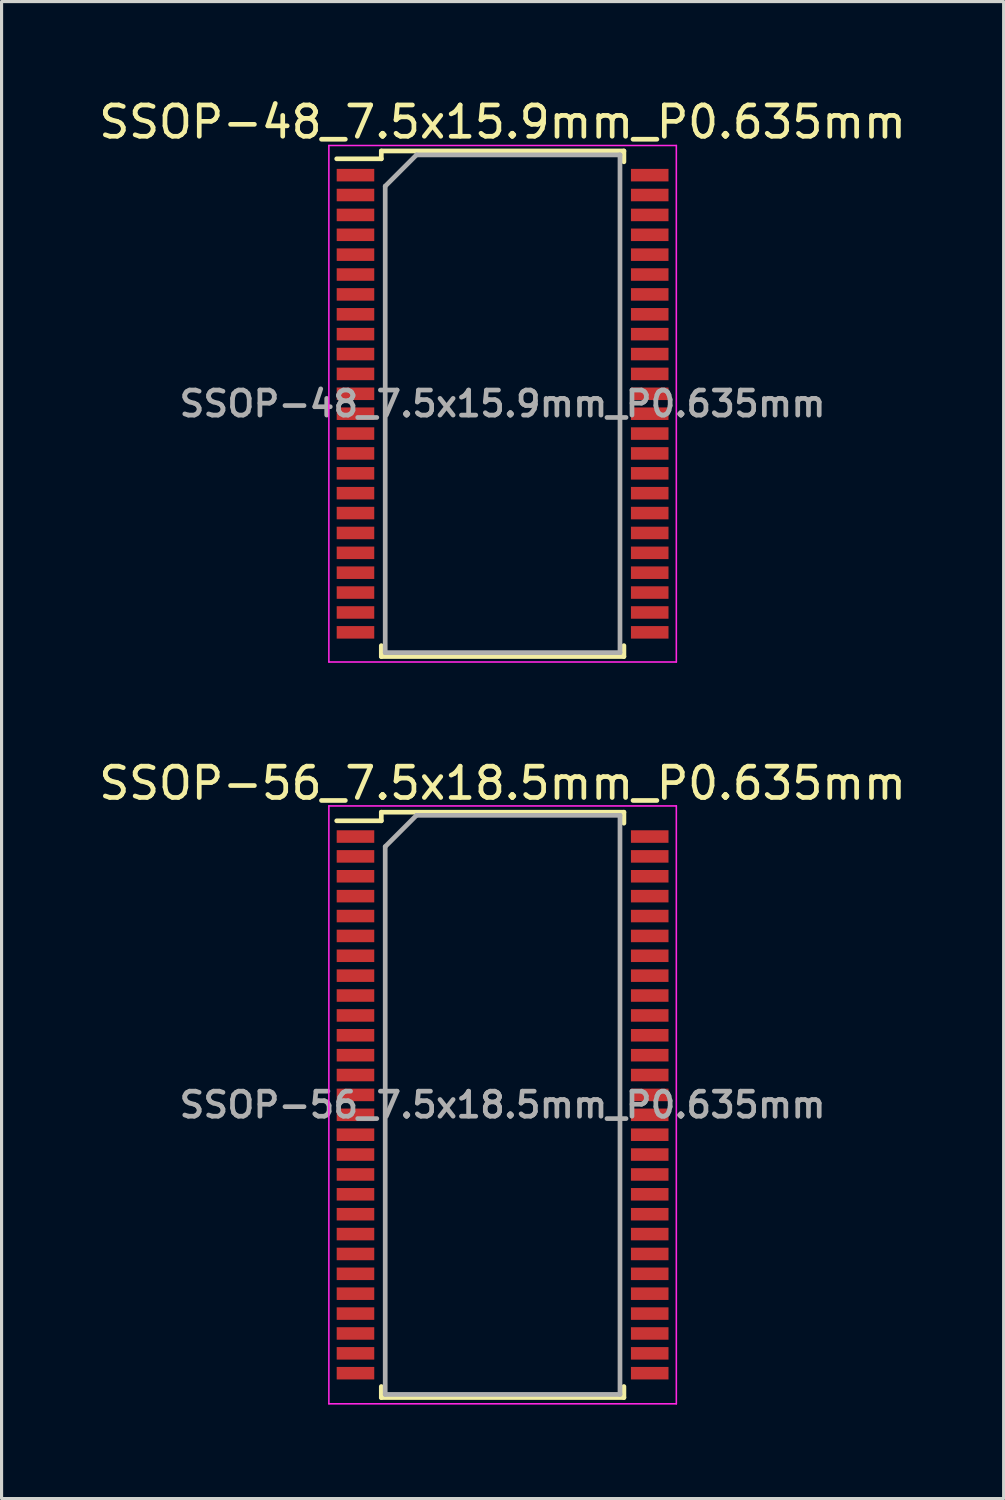
<source format=kicad_pcb>
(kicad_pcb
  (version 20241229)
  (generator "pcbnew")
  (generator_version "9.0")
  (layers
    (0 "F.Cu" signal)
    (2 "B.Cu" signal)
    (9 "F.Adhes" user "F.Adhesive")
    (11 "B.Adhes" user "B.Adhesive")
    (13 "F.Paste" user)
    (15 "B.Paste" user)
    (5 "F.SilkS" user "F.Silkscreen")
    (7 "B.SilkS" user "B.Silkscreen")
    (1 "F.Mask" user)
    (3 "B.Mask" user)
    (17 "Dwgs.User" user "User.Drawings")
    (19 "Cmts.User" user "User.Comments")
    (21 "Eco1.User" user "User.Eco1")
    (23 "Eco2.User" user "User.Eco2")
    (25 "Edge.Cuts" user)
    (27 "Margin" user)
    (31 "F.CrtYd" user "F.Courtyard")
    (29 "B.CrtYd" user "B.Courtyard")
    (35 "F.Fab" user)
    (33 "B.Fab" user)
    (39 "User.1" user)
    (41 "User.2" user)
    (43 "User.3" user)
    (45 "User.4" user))
  (footprint "SSOP-56_7.5x18.5mm_P0.635mm"
    (layer "F.Cu")
    (at 13.006 32.246)
    (property "Reference" "SSOP-56_7.5x18.5mm_P0.635mm" (at 0 -10.275 0) (layer "F.SilkS") (effects (font (size 1 1) (thickness 0.15))))
    (attr smd)
    (fp_line (start -3.875 -9.35) (end -3.875 -9.075) (stroke (width 0.15) (type solid)) (layer "F.SilkS"))
    (fp_line (start -3.875 -9.35) (end 3.875 -9.35) (stroke (width 0.15) (type solid)) (layer "F.SilkS"))
    (fp_line (start -3.875 -9.075) (end -5.3 -9.075) (stroke (width 0.15) (type solid)) (layer "F.SilkS"))
    (fp_line (start -3.875 9.35) (end -3.875 8.998) (stroke (width 0.15) (type solid)) (layer "F.SilkS"))
    (fp_line (start -3.875 9.35) (end 3.875 9.35) (stroke (width 0.15) (type solid)) (layer "F.SilkS"))
    (fp_line (start 3.875 -9.35) (end 3.875 -8.998) (stroke (width 0.15) (type solid)) (layer "F.SilkS"))
    (fp_line (start 3.875 9.35) (end 3.875 8.998) (stroke (width 0.15) (type solid)) (layer "F.SilkS"))
    (fp_line (start -5.55 -9.55) (end -5.55 9.55) (stroke (width 0.05) (type solid)) (layer "F.CrtYd"))
    (fp_line (start -5.55 -9.55) (end 5.55 -9.55) (stroke (width 0.05) (type solid)) (layer "F.CrtYd"))
    (fp_line (start -5.55 9.55) (end 5.55 9.55) (stroke (width 0.05) (type solid)) (layer "F.CrtYd"))
    (fp_line (start 5.55 -9.55) (end 5.55 9.55) (stroke (width 0.05) (type solid)) (layer "F.CrtYd"))
    (fp_line (start -3.75 -8.25) (end -2.75 -9.25) (stroke (width 0.15) (type solid)) (layer "F.Fab"))
    (fp_line (start -3.75 9.25) (end -3.75 -8.25) (stroke (width 0.15) (type solid)) (layer "F.Fab"))
    (fp_line (start -2.75 -9.25) (end 3.75 -9.25) (stroke (width 0.15) (type solid)) (layer "F.Fab"))
    (fp_line (start 3.75 -9.25) (end 3.75 9.25) (stroke (width 0.15) (type solid)) (layer "F.Fab"))
    (fp_line (start 3.75 9.25) (end -3.75 9.25) (stroke (width 0.15) (type solid)) (layer "F.Fab"))
    (fp_text user "${REFERENCE}" (at 0 0 0) (layer "F.Fab") (effects (font (size 0.8 0.8) (thickness 0.15))))
    (pad "1" smd rect (at -4.7 -8.572) (size 1.2 0.4) (layers "F.Cu" "F.Mask" "F.Paste"))
    (pad "2" smd rect (at -4.7 -7.938) (size 1.2 0.4) (layers "F.Cu" "F.Mask" "F.Paste"))
    (pad "3" smd rect (at -4.7 -7.303) (size 1.2 0.4) (layers "F.Cu" "F.Mask" "F.Paste"))
    (pad "4" smd rect (at -4.7 -6.668) (size 1.2 0.4) (layers "F.Cu" "F.Mask" "F.Paste"))
    (pad "5" smd rect (at -4.7 -6.032) (size 1.2 0.4) (layers "F.Cu" "F.Mask" "F.Paste"))
    (pad "6" smd rect (at -4.7 -5.397) (size 1.2 0.4) (layers "F.Cu" "F.Mask" "F.Paste"))
    (pad "7" smd rect (at -4.7 -4.763) (size 1.2 0.4) (layers "F.Cu" "F.Mask" "F.Paste"))
    (pad "8" smd rect (at -4.7 -4.128) (size 1.2 0.4) (layers "F.Cu" "F.Mask" "F.Paste"))
    (pad "9" smd rect (at -4.7 -3.493) (size 1.2 0.4) (layers "F.Cu" "F.Mask" "F.Paste"))
    (pad "10" smd rect (at -4.7 -2.857) (size 1.2 0.4) (layers "F.Cu" "F.Mask" "F.Paste"))
    (pad "11" smd rect (at -4.7 -2.223) (size 1.2 0.4) (layers "F.Cu" "F.Mask" "F.Paste"))
    (pad "12" smd rect (at -4.7 -1.587) (size 1.2 0.4) (layers "F.Cu" "F.Mask" "F.Paste"))
    (pad "13" smd rect (at -4.7 -0.953) (size 1.2 0.4) (layers "F.Cu" "F.Mask" "F.Paste"))
    (pad "14" smd rect (at -4.7 -0.318) (size 1.2 0.4) (layers "F.Cu" "F.Mask" "F.Paste"))
    (pad "15" smd rect (at -4.7 0.318) (size 1.2 0.4) (layers "F.Cu" "F.Mask" "F.Paste"))
    (pad "16" smd rect (at -4.7 0.953) (size 1.2 0.4) (layers "F.Cu" "F.Mask" "F.Paste"))
    (pad "17" smd rect (at -4.7 1.587) (size 1.2 0.4) (layers "F.Cu" "F.Mask" "F.Paste"))
    (pad "18" smd rect (at -4.7 2.223) (size 1.2 0.4) (layers "F.Cu" "F.Mask" "F.Paste"))
    (pad "19" smd rect (at -4.7 2.857) (size 1.2 0.4) (layers "F.Cu" "F.Mask" "F.Paste"))
    (pad "20" smd rect (at -4.7 3.493) (size 1.2 0.4) (layers "F.Cu" "F.Mask" "F.Paste"))
    (pad "21" smd rect (at -4.7 4.128) (size 1.2 0.4) (layers "F.Cu" "F.Mask" "F.Paste"))
    (pad "22" smd rect (at -4.7 4.763) (size 1.2 0.4) (layers "F.Cu" "F.Mask" "F.Paste"))
    (pad "23" smd rect (at -4.7 5.397) (size 1.2 0.4) (layers "F.Cu" "F.Mask" "F.Paste"))
    (pad "24" smd rect (at -4.7 6.032) (size 1.2 0.4) (layers "F.Cu" "F.Mask" "F.Paste"))
    (pad "25" smd rect (at -4.7 6.668) (size 1.2 0.4) (layers "F.Cu" "F.Mask" "F.Paste"))
    (pad "26" smd rect (at -4.7 7.303) (size 1.2 0.4) (layers "F.Cu" "F.Mask" "F.Paste"))
    (pad "27" smd rect (at -4.7 7.938) (size 1.2 0.4) (layers "F.Cu" "F.Mask" "F.Paste"))
    (pad "28" smd rect (at -4.7 8.572) (size 1.2 0.4) (layers "F.Cu" "F.Mask" "F.Paste"))
    (pad "29" smd rect (at 4.7 8.572) (size 1.2 0.4) (layers "F.Cu" "F.Mask" "F.Paste"))
    (pad "30" smd rect (at 4.7 7.938) (size 1.2 0.4) (layers "F.Cu" "F.Mask" "F.Paste"))
    (pad "31" smd rect (at 4.7 7.303) (size 1.2 0.4) (layers "F.Cu" "F.Mask" "F.Paste"))
    (pad "32" smd rect (at 4.7 6.668) (size 1.2 0.4) (layers "F.Cu" "F.Mask" "F.Paste"))
    (pad "33" smd rect (at 4.7 6.032) (size 1.2 0.4) (layers "F.Cu" "F.Mask" "F.Paste"))
    (pad "34" smd rect (at 4.7 5.397) (size 1.2 0.4) (layers "F.Cu" "F.Mask" "F.Paste"))
    (pad "35" smd rect (at 4.7 4.763) (size 1.2 0.4) (layers "F.Cu" "F.Mask" "F.Paste"))
    (pad "36" smd rect (at 4.7 4.128) (size 1.2 0.4) (layers "F.Cu" "F.Mask" "F.Paste"))
    (pad "37" smd rect (at 4.7 3.493) (size 1.2 0.4) (layers "F.Cu" "F.Mask" "F.Paste"))
    (pad "38" smd rect (at 4.7 2.857) (size 1.2 0.4) (layers "F.Cu" "F.Mask" "F.Paste"))
    (pad "39" smd rect (at 4.7 2.223) (size 1.2 0.4) (layers "F.Cu" "F.Mask" "F.Paste"))
    (pad "40" smd rect (at 4.7 1.587) (size 1.2 0.4) (layers "F.Cu" "F.Mask" "F.Paste"))
    (pad "41" smd rect (at 4.7 0.953) (size 1.2 0.4) (layers "F.Cu" "F.Mask" "F.Paste"))
    (pad "42" smd rect (at 4.7 0.318) (size 1.2 0.4) (layers "F.Cu" "F.Mask" "F.Paste"))
    (pad "43" smd rect (at 4.7 -0.318) (size 1.2 0.4) (layers "F.Cu" "F.Mask" "F.Paste"))
    (pad "44" smd rect (at 4.7 -0.953) (size 1.2 0.4) (layers "F.Cu" "F.Mask" "F.Paste"))
    (pad "45" smd rect (at 4.7 -1.587) (size 1.2 0.4) (layers "F.Cu" "F.Mask" "F.Paste"))
    (pad "46" smd rect (at 4.7 -2.223) (size 1.2 0.4) (layers "F.Cu" "F.Mask" "F.Paste"))
    (pad "47" smd rect (at 4.7 -2.857) (size 1.2 0.4) (layers "F.Cu" "F.Mask" "F.Paste"))
    (pad "48" smd rect (at 4.7 -3.493) (size 1.2 0.4) (layers "F.Cu" "F.Mask" "F.Paste"))
    (pad "49" smd rect (at 4.7 -4.128) (size 1.2 0.4) (layers "F.Cu" "F.Mask" "F.Paste"))
    (pad "50" smd rect (at 4.7 -4.763) (size 1.2 0.4) (layers "F.Cu" "F.Mask" "F.Paste"))
    (pad "51" smd rect (at 4.7 -5.397) (size 1.2 0.4) (layers "F.Cu" "F.Mask" "F.Paste"))
    (pad "52" smd rect (at 4.7 -6.032) (size 1.2 0.4) (layers "F.Cu" "F.Mask" "F.Paste"))
    (pad "53" smd rect (at 4.7 -6.668) (size 1.2 0.4) (layers "F.Cu" "F.Mask" "F.Paste"))
    (pad "54" smd rect (at 4.7 -7.303) (size 1.2 0.4) (layers "F.Cu" "F.Mask" "F.Paste"))
    (pad "55" smd rect (at 4.7 -7.938) (size 1.2 0.4) (layers "F.Cu" "F.Mask" "F.Paste"))
    (pad "56" smd rect (at 4.7 -8.572) (size 1.2 0.4) (layers "F.Cu" "F.Mask" "F.Paste")))
  (footprint "SSOP-48_7.5x15.9mm_P0.635mm"
    (layer "F.Cu")
    (at 13.006 9.848)
    (property "Reference" "SSOP-48_7.5x15.9mm_P0.635mm" (at 0 -9 0) (layer "F.SilkS") (effects (font (size 1 1) (thickness 0.15))))
    (attr smd)
    (fp_line (start -3.875 -8.075) (end -3.875 -7.825) (stroke (width 0.15) (type solid)) (layer "F.SilkS"))
    (fp_line (start -3.875 -8.075) (end 3.875 -8.075) (stroke (width 0.15) (type solid)) (layer "F.SilkS"))
    (fp_line (start -3.875 -7.825) (end -5.3 -7.825) (stroke (width 0.15) (type solid)) (layer "F.SilkS"))
    (fp_line (start -3.875 8.075) (end -3.875 7.728) (stroke (width 0.15) (type solid)) (layer "F.SilkS"))
    (fp_line (start -3.875 8.075) (end 3.875 8.075) (stroke (width 0.15) (type solid)) (layer "F.SilkS"))
    (fp_line (start 3.875 -8.075) (end 3.875 -7.728) (stroke (width 0.15) (type solid)) (layer "F.SilkS"))
    (fp_line (start 3.875 8.075) (end 3.875 7.728) (stroke (width 0.15) (type solid)) (layer "F.SilkS"))
    (fp_line (start -5.55 -8.25) (end -5.55 8.25) (stroke (width 0.05) (type solid)) (layer "F.CrtYd"))
    (fp_line (start -5.55 -8.25) (end 5.55 -8.25) (stroke (width 0.05) (type solid)) (layer "F.CrtYd"))
    (fp_line (start -5.55 8.25) (end 5.55 8.25) (stroke (width 0.05) (type solid)) (layer "F.CrtYd"))
    (fp_line (start 5.55 -8.25) (end 5.55 8.25) (stroke (width 0.05) (type solid)) (layer "F.CrtYd"))
    (fp_line (start -3.75 -6.95) (end -2.75 -7.95) (stroke (width 0.15) (type solid)) (layer "F.Fab"))
    (fp_line (start -3.75 7.95) (end -3.75 -6.95) (stroke (width 0.15) (type solid)) (layer "F.Fab"))
    (fp_line (start -2.75 -7.95) (end 3.75 -7.95) (stroke (width 0.15) (type solid)) (layer "F.Fab"))
    (fp_line (start 3.75 -7.95) (end 3.75 7.95) (stroke (width 0.15) (type solid)) (layer "F.Fab"))
    (fp_line (start 3.75 7.95) (end -3.75 7.95) (stroke (width 0.15) (type solid)) (layer "F.Fab"))
    (fp_text user "${REFERENCE}" (at 0 0 0) (layer "F.Fab") (effects (font (size 0.8 0.8) (thickness 0.15))))
    (pad "1" smd rect (at -4.7 -7.303) (size 1.2 0.4) (layers "F.Cu" "F.Mask" "F.Paste"))
    (pad "2" smd rect (at -4.7 -6.668) (size 1.2 0.4) (layers "F.Cu" "F.Mask" "F.Paste"))
    (pad "3" smd rect (at -4.7 -6.032) (size 1.2 0.4) (layers "F.Cu" "F.Mask" "F.Paste"))
    (pad "4" smd rect (at -4.7 -5.397) (size 1.2 0.4) (layers "F.Cu" "F.Mask" "F.Paste"))
    (pad "5" smd rect (at -4.7 -4.763) (size 1.2 0.4) (layers "F.Cu" "F.Mask" "F.Paste"))
    (pad "6" smd rect (at -4.7 -4.128) (size 1.2 0.4) (layers "F.Cu" "F.Mask" "F.Paste"))
    (pad "7" smd rect (at -4.7 -3.493) (size 1.2 0.4) (layers "F.Cu" "F.Mask" "F.Paste"))
    (pad "8" smd rect (at -4.7 -2.857) (size 1.2 0.4) (layers "F.Cu" "F.Mask" "F.Paste"))
    (pad "9" smd rect (at -4.7 -2.223) (size 1.2 0.4) (layers "F.Cu" "F.Mask" "F.Paste"))
    (pad "10" smd rect (at -4.7 -1.587) (size 1.2 0.4) (layers "F.Cu" "F.Mask" "F.Paste"))
    (pad "11" smd rect (at -4.7 -0.953) (size 1.2 0.4) (layers "F.Cu" "F.Mask" "F.Paste"))
    (pad "12" smd rect (at -4.7 -0.318) (size 1.2 0.4) (layers "F.Cu" "F.Mask" "F.Paste"))
    (pad "13" smd rect (at -4.7 0.318) (size 1.2 0.4) (layers "F.Cu" "F.Mask" "F.Paste"))
    (pad "14" smd rect (at -4.7 0.953) (size 1.2 0.4) (layers "F.Cu" "F.Mask" "F.Paste"))
    (pad "15" smd rect (at -4.7 1.587) (size 1.2 0.4) (layers "F.Cu" "F.Mask" "F.Paste"))
    (pad "16" smd rect (at -4.7 2.223) (size 1.2 0.4) (layers "F.Cu" "F.Mask" "F.Paste"))
    (pad "17" smd rect (at -4.7 2.857) (size 1.2 0.4) (layers "F.Cu" "F.Mask" "F.Paste"))
    (pad "18" smd rect (at -4.7 3.493) (size 1.2 0.4) (layers "F.Cu" "F.Mask" "F.Paste"))
    (pad "19" smd rect (at -4.7 4.128) (size 1.2 0.4) (layers "F.Cu" "F.Mask" "F.Paste"))
    (pad "20" smd rect (at -4.7 4.763) (size 1.2 0.4) (layers "F.Cu" "F.Mask" "F.Paste"))
    (pad "21" smd rect (at -4.7 5.397) (size 1.2 0.4) (layers "F.Cu" "F.Mask" "F.Paste"))
    (pad "22" smd rect (at -4.7 6.032) (size 1.2 0.4) (layers "F.Cu" "F.Mask" "F.Paste"))
    (pad "23" smd rect (at -4.7 6.668) (size 1.2 0.4) (layers "F.Cu" "F.Mask" "F.Paste"))
    (pad "24" smd rect (at -4.7 7.303) (size 1.2 0.4) (layers "F.Cu" "F.Mask" "F.Paste"))
    (pad "25" smd rect (at 4.7 7.303) (size 1.2 0.4) (layers "F.Cu" "F.Mask" "F.Paste"))
    (pad "26" smd rect (at 4.7 6.668) (size 1.2 0.4) (layers "F.Cu" "F.Mask" "F.Paste"))
    (pad "27" smd rect (at 4.7 6.032) (size 1.2 0.4) (layers "F.Cu" "F.Mask" "F.Paste"))
    (pad "28" smd rect (at 4.7 5.397) (size 1.2 0.4) (layers "F.Cu" "F.Mask" "F.Paste"))
    (pad "29" smd rect (at 4.7 4.763) (size 1.2 0.4) (layers "F.Cu" "F.Mask" "F.Paste"))
    (pad "30" smd rect (at 4.7 4.128) (size 1.2 0.4) (layers "F.Cu" "F.Mask" "F.Paste"))
    (pad "31" smd rect (at 4.7 3.493) (size 1.2 0.4) (layers "F.Cu" "F.Mask" "F.Paste"))
    (pad "32" smd rect (at 4.7 2.857) (size 1.2 0.4) (layers "F.Cu" "F.Mask" "F.Paste"))
    (pad "33" smd rect (at 4.7 2.223) (size 1.2 0.4) (layers "F.Cu" "F.Mask" "F.Paste"))
    (pad "34" smd rect (at 4.7 1.587) (size 1.2 0.4) (layers "F.Cu" "F.Mask" "F.Paste"))
    (pad "35" smd rect (at 4.7 0.953) (size 1.2 0.4) (layers "F.Cu" "F.Mask" "F.Paste"))
    (pad "36" smd rect (at 4.7 0.318) (size 1.2 0.4) (layers "F.Cu" "F.Mask" "F.Paste"))
    (pad "37" smd rect (at 4.7 -0.318) (size 1.2 0.4) (layers "F.Cu" "F.Mask" "F.Paste"))
    (pad "38" smd rect (at 4.7 -0.953) (size 1.2 0.4) (layers "F.Cu" "F.Mask" "F.Paste"))
    (pad "39" smd rect (at 4.7 -1.587) (size 1.2 0.4) (layers "F.Cu" "F.Mask" "F.Paste"))
    (pad "40" smd rect (at 4.7 -2.223) (size 1.2 0.4) (layers "F.Cu" "F.Mask" "F.Paste"))
    (pad "41" smd rect (at 4.7 -2.857) (size 1.2 0.4) (layers "F.Cu" "F.Mask" "F.Paste"))
    (pad "42" smd rect (at 4.7 -3.493) (size 1.2 0.4) (layers "F.Cu" "F.Mask" "F.Paste"))
    (pad "43" smd rect (at 4.7 -4.128) (size 1.2 0.4) (layers "F.Cu" "F.Mask" "F.Paste"))
    (pad "44" smd rect (at 4.7 -4.763) (size 1.2 0.4) (layers "F.Cu" "F.Mask" "F.Paste"))
    (pad "45" smd rect (at 4.7 -5.397) (size 1.2 0.4) (layers "F.Cu" "F.Mask" "F.Paste"))
    (pad "46" smd rect (at 4.7 -6.032) (size 1.2 0.4) (layers "F.Cu" "F.Mask" "F.Paste"))
    (pad "47" smd rect (at 4.7 -6.668) (size 1.2 0.4) (layers "F.Cu" "F.Mask" "F.Paste"))
    (pad "48" smd rect (at 4.7 -7.303) (size 1.2 0.4) (layers "F.Cu" "F.Mask" "F.Paste")))
  (gr_rect
    (start -3 -3)
    (end 29.012 44.822)
    (stroke (width 0.1) (type default))
    (fill no)
    (layer "Edge.Cuts")))
</source>
